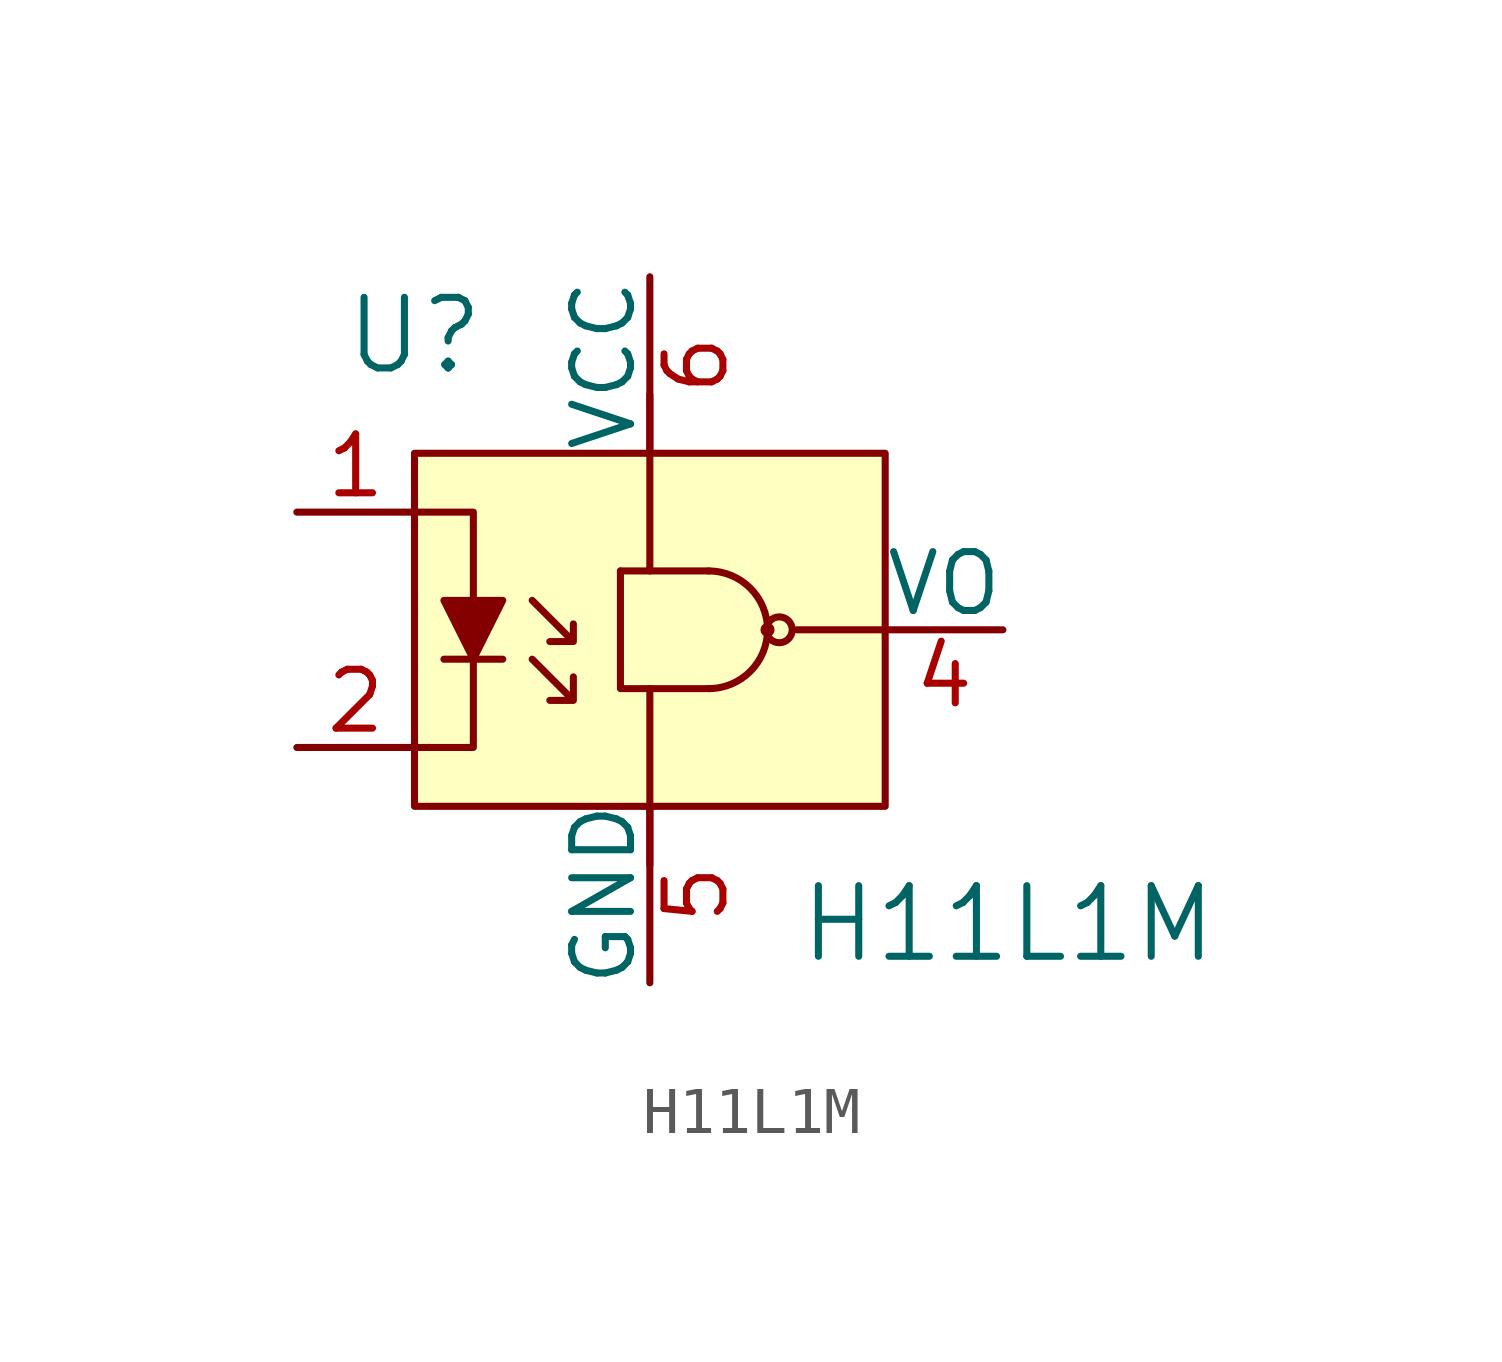
<source format=kicad_sym>
(kicad_symbol_lib
  (version 20220914)
  (generator kicad_symbol_editor)
  (symbol "H11L1M"
    (pin_names
      (offset 0))
    (property "Reference" "U"
      (at -5.08 6.35 0)
      (effects (font (size 1.524 1.524))))
    (property "Value" "H11L1M"
      (at 3.175 -6.35 0)
      (effects (font (size 1.524 1.524)) (justify left)))
    (symbol "H11L1M_0_1"
      (polyline (pts (xy -4.445 -0.635) (xy -3.175 -0.635)) (stroke (width 0) (type solid)) (fill (type none)))
      (polyline (pts (xy -0.635 1.27) (xy 1.27 1.27)) (stroke (width 0) (type solid)) (fill (type none)))
      (polyline (pts (xy 0 -5.08) (xy 0 -1.27)) (stroke (width 0) (type solid)) (fill (type none)))
      (polyline (pts (xy 0 5.08) (xy 0 1.27)) (stroke (width 0) (type solid)) (fill (type none)))
      (polyline (pts (xy 3.175 0) (xy 5.08 0)) (stroke (width 0) (type solid)) (fill (type none)))
      (polyline (pts (xy -5.08 2.54) (xy -3.81 2.54) (xy -3.81 0)) (stroke (width 0) (type solid)) (fill (type none)))
      (polyline (pts (xy -3.81 -0.635) (xy -3.81 -2.54) (xy -5.08 -2.54)) (stroke (width 0) (type solid)) (fill (type none)))
      (polyline (pts (xy -0.635 1.27) (xy -0.635 -1.27) (xy 1.27 -1.27)) (stroke (width 0) (type solid)) (fill (type none)))
      (polyline (pts (xy -3.81 -0.635) (xy -4.445 0.635) (xy -3.175 0.635) (xy -3.81 -0.635)) (stroke (width 0) (type solid)) (fill (type outline)))
      (polyline (pts (xy -2.54 -0.635) (xy -1.651 -1.524) (xy -1.651 -1.016) (xy -1.651 -1.524) (xy -2.159 -1.524)) (stroke (width 0) (type solid)) (fill (type none)))
      (polyline (pts (xy -2.54 0.635) (xy -1.651 -0.254) (xy -1.651 0.127) (xy -1.651 -0.254) (xy -2.159 -0.254)) (stroke (width 0) (type solid)) (fill (type none)))
      (arc (start 1.27 -1.27) (mid 2.5345 0) (end 1.27 1.27) (stroke (width 0) (type solid)) (fill (type none)))
      (circle (center 2.54 0) (radius 0.0001) (stroke (width 0) (type solid)) (fill (type none)))
      (circle (center 2.794 0) (radius 0.279) (stroke (width 0) (type solid)) (fill (type none))))
    (symbol "H11L1M_1_1"
      (rectangle (start -5.08 3.81) (end 5.08 -3.81) (stroke (width 0) (type solid)) (fill (type background)))
      (pin passive line (at -7.62 2.54 0) (length 2.54) (name "~" (effects (font (size 1.27 1.27)))) (number "1" (effects (font (size 1.27 1.27)))))
      (pin passive line (at -7.62 -2.54 0) (length 2.54) (name "~" (effects (font (size 1.27 1.27)))) (number "2" (effects (font (size 1.27 1.27)))))
      (pin no_connect line (at 5.08 -2.54 180) (length 2.54) hide (name "NC" (effects (font (size 1.27 1.27)))) (number "3" (effects (font (size 1.27 1.27)))))
      (pin output line (at 7.62 0 180) (length 2.54) (name "VO" (effects (font (size 1.27 1.27)))) (number "4" (effects (font (size 1.27 1.27)))))
      (pin power_in line (at 0 -7.62 90) (length 3.81) (name "GND" (effects (font (size 1.27 1.27)))) (number "5" (effects (font (size 1.27 1.27)))))
      (pin power_in line (at 0 7.62 270) (length 3.81) (name "VCC" (effects (font (size 1.27 1.27)))) (number "6" (effects (font (size 1.27 1.27))))))))
</source>
